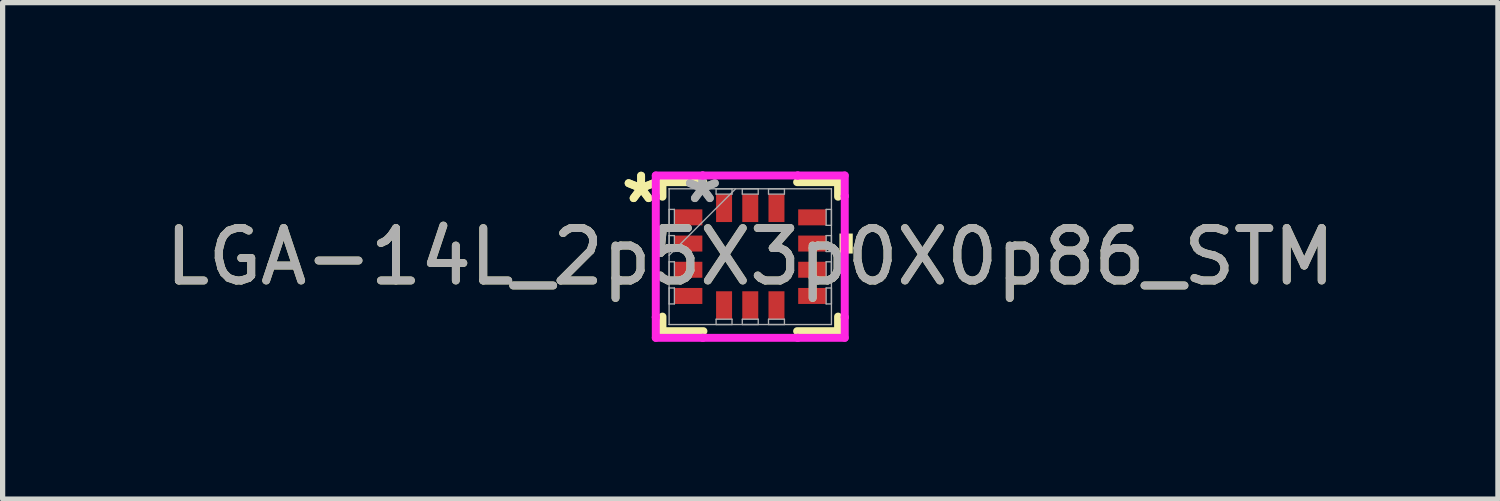
<source format=kicad_pcb>
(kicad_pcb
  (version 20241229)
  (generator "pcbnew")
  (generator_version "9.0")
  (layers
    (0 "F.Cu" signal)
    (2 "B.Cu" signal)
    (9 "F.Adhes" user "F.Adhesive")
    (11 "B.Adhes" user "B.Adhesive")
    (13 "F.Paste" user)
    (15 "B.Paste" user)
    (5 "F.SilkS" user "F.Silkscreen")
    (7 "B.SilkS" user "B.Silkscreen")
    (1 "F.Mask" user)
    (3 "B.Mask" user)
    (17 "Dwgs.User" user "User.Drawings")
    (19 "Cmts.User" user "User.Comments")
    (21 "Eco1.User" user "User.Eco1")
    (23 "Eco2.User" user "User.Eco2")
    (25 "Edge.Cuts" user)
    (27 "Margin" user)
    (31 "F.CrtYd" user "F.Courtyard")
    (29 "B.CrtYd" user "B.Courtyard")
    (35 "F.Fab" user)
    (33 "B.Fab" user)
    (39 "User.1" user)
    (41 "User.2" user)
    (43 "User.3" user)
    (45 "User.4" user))
  (footprint "LGA-14L_2p5X3p0X0p86_STM"
    (layer "F.Cu")
    (at 11.268 1.848)
    (property "Reference" "LGA-14L_2p5X3p0X0p86_STM" (at 0 0 0) (unlocked yes) (layer "F.SilkS") (effects (font (size 1 1) (thickness 0.15))))
    (attr smd)
    (fp_line (start -1.676 -1.422) (end -1.676 -1.144) (stroke (width 0.152) (type solid)) (layer "F.SilkS"))
    (fp_line (start -1.676 1.144) (end -1.676 1.422) (stroke (width 0.152) (type solid)) (layer "F.SilkS"))
    (fp_line (start -1.676 1.422) (end -0.894 1.422) (stroke (width 0.152) (type solid)) (layer "F.SilkS"))
    (fp_line (start -0.894 -1.422) (end -1.676 -1.422) (stroke (width 0.152) (type solid)) (layer "F.SilkS"))
    (fp_line (start 0.894 1.422) (end 1.676 1.422) (stroke (width 0.152) (type solid)) (layer "F.SilkS"))
    (fp_line (start 1.676 -1.422) (end 0.894 -1.422) (stroke (width 0.152) (type solid)) (layer "F.SilkS"))
    (fp_line (start 1.676 -1.144) (end 1.676 -1.422) (stroke (width 0.152) (type solid)) (layer "F.SilkS"))
    (fp_line (start 1.676 1.422) (end 1.676 1.144) (stroke (width 0.152) (type solid)) (layer "F.SilkS"))
    (fp_poly (pts (xy 1.956 -0.441) (xy 1.956 -0.059) (xy 1.702 -0.059) (xy 1.702 -0.441)) (stroke (width 0) (type solid)) (fill yes) (layer "F.SilkS"))
    (fp_line (start -1.803 -1.549) (end -0.906 -1.549) (stroke (width 0.152) (type solid)) (layer "F.CrtYd"))
    (fp_line (start -1.803 -1.156) (end -1.803 -1.549) (stroke (width 0.152) (type solid)) (layer "F.CrtYd"))
    (fp_line (start -1.803 -1.156) (end -1.803 -1.156) (stroke (width 0.152) (type solid)) (layer "F.CrtYd"))
    (fp_line (start -1.803 1.156) (end -1.803 -1.156) (stroke (width 0.152) (type solid)) (layer "F.CrtYd"))
    (fp_line (start -1.803 1.156) (end -1.803 1.156) (stroke (width 0.152) (type solid)) (layer "F.CrtYd"))
    (fp_line (start -1.803 1.549) (end -1.803 1.156) (stroke (width 0.152) (type solid)) (layer "F.CrtYd"))
    (fp_line (start -0.906 -1.549) (end -0.906 -1.549) (stroke (width 0.152) (type solid)) (layer "F.CrtYd"))
    (fp_line (start -0.906 -1.549) (end 0.906 -1.549) (stroke (width 0.152) (type solid)) (layer "F.CrtYd"))
    (fp_line (start -0.906 1.549) (end -1.803 1.549) (stroke (width 0.152) (type solid)) (layer "F.CrtYd"))
    (fp_line (start -0.906 1.549) (end -0.906 1.549) (stroke (width 0.152) (type solid)) (layer "F.CrtYd"))
    (fp_line (start 0.906 -1.549) (end 0.906 -1.549) (stroke (width 0.152) (type solid)) (layer "F.CrtYd"))
    (fp_line (start 0.906 -1.549) (end 1.803 -1.549) (stroke (width 0.152) (type solid)) (layer "F.CrtYd"))
    (fp_line (start 0.906 1.549) (end -0.906 1.549) (stroke (width 0.152) (type solid)) (layer "F.CrtYd"))
    (fp_line (start 0.906 1.549) (end 0.906 1.549) (stroke (width 0.152) (type solid)) (layer "F.CrtYd"))
    (fp_line (start 1.803 -1.549) (end 1.803 -1.156) (stroke (width 0.152) (type solid)) (layer "F.CrtYd"))
    (fp_line (start 1.803 -1.156) (end 1.803 -1.156) (stroke (width 0.152) (type solid)) (layer "F.CrtYd"))
    (fp_line (start 1.803 -1.156) (end 1.803 1.156) (stroke (width 0.152) (type solid)) (layer "F.CrtYd"))
    (fp_line (start 1.803 1.156) (end 1.803 1.156) (stroke (width 0.152) (type solid)) (layer "F.CrtYd"))
    (fp_line (start 1.803 1.156) (end 1.803 1.549) (stroke (width 0.152) (type solid)) (layer "F.CrtYd"))
    (fp_line (start 1.803 1.549) (end 0.906 1.549) (stroke (width 0.152) (type solid)) (layer "F.CrtYd"))
    (fp_line (start -1.549 -1.295) (end -1.549 -1.295) (stroke (width 0.025) (type solid)) (layer "F.Fab"))
    (fp_line (start -1.549 -1.295) (end -1.549 1.295) (stroke (width 0.025) (type solid)) (layer "F.Fab"))
    (fp_line (start -1.549 -0.902) (end -1.448 -0.902) (stroke (width 0.025) (type solid)) (layer "F.Fab"))
    (fp_line (start -1.549 -0.598) (end -1.549 -0.902) (stroke (width 0.025) (type solid)) (layer "F.Fab"))
    (fp_line (start -1.549 -0.402) (end -1.448 -0.402) (stroke (width 0.025) (type solid)) (layer "F.Fab"))
    (fp_line (start -1.549 -0.098) (end -1.549 -0.402) (stroke (width 0.025) (type solid)) (layer "F.Fab"))
    (fp_line (start -1.549 -0.025) (end -0.279 -1.295) (stroke (width 0.025) (type solid)) (layer "F.Fab"))
    (fp_line (start -1.549 0.098) (end -1.448 0.098) (stroke (width 0.025) (type solid)) (layer "F.Fab"))
    (fp_line (start -1.549 0.402) (end -1.549 0.098) (stroke (width 0.025) (type solid)) (layer "F.Fab"))
    (fp_line (start -1.549 0.598) (end -1.448 0.598) (stroke (width 0.025) (type solid)) (layer "F.Fab"))
    (fp_line (start -1.549 0.902) (end -1.549 0.598) (stroke (width 0.025) (type solid)) (layer "F.Fab"))
    (fp_line (start -1.549 1.295) (end -1.549 1.295) (stroke (width 0.025) (type solid)) (layer "F.Fab"))
    (fp_line (start -1.549 1.295) (end 1.549 1.295) (stroke (width 0.025) (type solid)) (layer "F.Fab"))
    (fp_line (start -1.448 -0.902) (end -1.448 -0.598) (stroke (width 0.025) (type solid)) (layer "F.Fab"))
    (fp_line (start -1.448 -0.598) (end -1.549 -0.598) (stroke (width 0.025) (type solid)) (layer "F.Fab"))
    (fp_line (start -1.448 -0.402) (end -1.448 -0.098) (stroke (width 0.025) (type solid)) (layer "F.Fab"))
    (fp_line (start -1.448 -0.098) (end -1.549 -0.098) (stroke (width 0.025) (type solid)) (layer "F.Fab"))
    (fp_line (start -1.448 0.098) (end -1.448 0.402) (stroke (width 0.025) (type solid)) (layer "F.Fab"))
    (fp_line (start -1.448 0.402) (end -1.549 0.402) (stroke (width 0.025) (type solid)) (layer "F.Fab"))
    (fp_line (start -1.448 0.598) (end -1.448 0.902) (stroke (width 0.025) (type solid)) (layer "F.Fab"))
    (fp_line (start -1.448 0.902) (end -1.549 0.902) (stroke (width 0.025) (type solid)) (layer "F.Fab"))
    (fp_line (start -0.652 -1.295) (end -0.348 -1.295) (stroke (width 0.025) (type solid)) (layer "F.Fab"))
    (fp_line (start -0.652 -1.194) (end -0.652 -1.295) (stroke (width 0.025) (type solid)) (layer "F.Fab"))
    (fp_line (start -0.652 1.194) (end -0.348 1.194) (stroke (width 0.025) (type solid)) (layer "F.Fab"))
    (fp_line (start -0.652 1.295) (end -0.652 1.194) (stroke (width 0.025) (type solid)) (layer "F.Fab"))
    (fp_line (start -0.348 -1.295) (end -0.348 -1.194) (stroke (width 0.025) (type solid)) (layer "F.Fab"))
    (fp_line (start -0.348 -1.194) (end -0.652 -1.194) (stroke (width 0.025) (type solid)) (layer "F.Fab"))
    (fp_line (start -0.348 1.194) (end -0.348 1.295) (stroke (width 0.025) (type solid)) (layer "F.Fab"))
    (fp_line (start -0.348 1.295) (end -0.652 1.295) (stroke (width 0.025) (type solid)) (layer "F.Fab"))
    (fp_line (start -0.152 -1.295) (end 0.152 -1.295) (stroke (width 0.025) (type solid)) (layer "F.Fab"))
    (fp_line (start -0.152 -1.194) (end -0.152 -1.295) (stroke (width 0.025) (type solid)) (layer "F.Fab"))
    (fp_line (start -0.152 1.194) (end 0.152 1.194) (stroke (width 0.025) (type solid)) (layer "F.Fab"))
    (fp_line (start -0.152 1.295) (end -0.152 1.194) (stroke (width 0.025) (type solid)) (layer "F.Fab"))
    (fp_line (start 0.152 -1.295) (end 0.152 -1.194) (stroke (width 0.025) (type solid)) (layer "F.Fab"))
    (fp_line (start 0.152 -1.194) (end -0.152 -1.194) (stroke (width 0.025) (type solid)) (layer "F.Fab"))
    (fp_line (start 0.152 1.194) (end 0.152 1.295) (stroke (width 0.025) (type solid)) (layer "F.Fab"))
    (fp_line (start 0.152 1.295) (end -0.152 1.295) (stroke (width 0.025) (type solid)) (layer "F.Fab"))
    (fp_line (start 0.348 -1.295) (end 0.652 -1.295) (stroke (width 0.025) (type solid)) (layer "F.Fab"))
    (fp_line (start 0.348 -1.194) (end 0.348 -1.295) (stroke (width 0.025) (type solid)) (layer "F.Fab"))
    (fp_line (start 0.348 1.194) (end 0.652 1.194) (stroke (width 0.025) (type solid)) (layer "F.Fab"))
    (fp_line (start 0.348 1.295) (end 0.348 1.194) (stroke (width 0.025) (type solid)) (layer "F.Fab"))
    (fp_line (start 0.652 -1.295) (end 0.652 -1.194) (stroke (width 0.025) (type solid)) (layer "F.Fab"))
    (fp_line (start 0.652 -1.194) (end 0.348 -1.194) (stroke (width 0.025) (type solid)) (layer "F.Fab"))
    (fp_line (start 0.652 1.194) (end 0.652 1.295) (stroke (width 0.025) (type solid)) (layer "F.Fab"))
    (fp_line (start 0.652 1.295) (end 0.348 1.295) (stroke (width 0.025) (type solid)) (layer "F.Fab"))
    (fp_line (start 1.448 -0.902) (end 1.549 -0.902) (stroke (width 0.025) (type solid)) (layer "F.Fab"))
    (fp_line (start 1.448 -0.598) (end 1.448 -0.902) (stroke (width 0.025) (type solid)) (layer "F.Fab"))
    (fp_line (start 1.448 -0.402) (end 1.549 -0.402) (stroke (width 0.025) (type solid)) (layer "F.Fab"))
    (fp_line (start 1.448 -0.098) (end 1.448 -0.402) (stroke (width 0.025) (type solid)) (layer "F.Fab"))
    (fp_line (start 1.448 0.098) (end 1.549 0.098) (stroke (width 0.025) (type solid)) (layer "F.Fab"))
    (fp_line (start 1.448 0.402) (end 1.448 0.098) (stroke (width 0.025) (type solid)) (layer "F.Fab"))
    (fp_line (start 1.448 0.598) (end 1.549 0.598) (stroke (width 0.025) (type solid)) (layer "F.Fab"))
    (fp_line (start 1.448 0.902) (end 1.448 0.598) (stroke (width 0.025) (type solid)) (layer "F.Fab"))
    (fp_line (start 1.549 -1.295) (end -1.549 -1.295) (stroke (width 0.025) (type solid)) (layer "F.Fab"))
    (fp_line (start 1.549 -1.295) (end 1.549 -1.295) (stroke (width 0.025) (type solid)) (layer "F.Fab"))
    (fp_line (start 1.549 -0.902) (end 1.549 -0.598) (stroke (width 0.025) (type solid)) (layer "F.Fab"))
    (fp_line (start 1.549 -0.598) (end 1.448 -0.598) (stroke (width 0.025) (type solid)) (layer "F.Fab"))
    (fp_line (start 1.549 -0.402) (end 1.549 -0.098) (stroke (width 0.025) (type solid)) (layer "F.Fab"))
    (fp_line (start 1.549 -0.098) (end 1.448 -0.098) (stroke (width 0.025) (type solid)) (layer "F.Fab"))
    (fp_line (start 1.549 0.098) (end 1.549 0.402) (stroke (width 0.025) (type solid)) (layer "F.Fab"))
    (fp_line (start 1.549 0.402) (end 1.448 0.402) (stroke (width 0.025) (type solid)) (layer "F.Fab"))
    (fp_line (start 1.549 0.598) (end 1.549 0.902) (stroke (width 0.025) (type solid)) (layer "F.Fab"))
    (fp_line (start 1.549 0.902) (end 1.448 0.902) (stroke (width 0.025) (type solid)) (layer "F.Fab"))
    (fp_line (start 1.549 1.295) (end 1.549 -1.295) (stroke (width 0.025) (type solid)) (layer "F.Fab"))
    (fp_line (start 1.549 1.295) (end 1.549 1.295) (stroke (width 0.025) (type solid)) (layer "F.Fab"))
    (fp_text user "*" (at -2.083 -1 0) (layer "F.SilkS") (effects (font (size 1 1) (thickness 0.15))))
    (fp_text user "*" (at -2.083 -1 0) (unlocked yes) (layer "F.SilkS") (effects (font (size 1 1) (thickness 0.15))))
    (fp_text user "${REFERENCE}" (at 0 0 0) (unlocked yes) (layer "F.Fab") (effects (font (size 1 1) (thickness 0.15))))
    (fp_text user "*" (at -0.914 -1 0) (layer "F.Fab") (effects (font (size 1 1) (thickness 0.15))))
    (fp_text user "*" (at -0.914 -1 0) (unlocked yes) (layer "F.Fab") (effects (font (size 1 1) (thickness 0.15))))
    (pad "1" smd rect (at -1.181 -0.75 90) (size 0.305 0.533) (layers "F.Cu" "F.Mask" "F.Paste"))
    (pad "2" smd rect (at -1.181 -0.25 90) (size 0.305 0.533) (layers "F.Cu" "F.Mask" "F.Paste"))
    (pad "3" smd rect (at -1.181 0.25 90) (size 0.305 0.533) (layers "F.Cu" "F.Mask" "F.Paste"))
    (pad "4" smd rect (at -1.181 0.75 90) (size 0.305 0.533) (layers "F.Cu" "F.Mask" "F.Paste"))
    (pad "5" smd rect (at -0.5 0.927) (size 0.305 0.533) (layers "F.Cu" "F.Mask" "F.Paste"))
    (pad "6" smd rect (at 0 0.927) (size 0.305 0.533) (layers "F.Cu" "F.Mask" "F.Paste"))
    (pad "7" smd rect (at 0.5 0.927) (size 0.305 0.533) (layers "F.Cu" "F.Mask" "F.Paste"))
    (pad "8" smd rect (at 1.181 0.75 90) (size 0.305 0.533) (layers "F.Cu" "F.Mask" "F.Paste"))
    (pad "9" smd rect (at 1.181 0.25 90) (size 0.305 0.533) (layers "F.Cu" "F.Mask" "F.Paste"))
    (pad "10" smd rect (at 1.181 -0.25 90) (size 0.305 0.533) (layers "F.Cu" "F.Mask" "F.Paste"))
    (pad "11" smd rect (at 1.181 -0.75 90) (size 0.305 0.533) (layers "F.Cu" "F.Mask" "F.Paste"))
    (pad "12" smd rect (at 0.5 -0.927) (size 0.305 0.533) (layers "F.Cu" "F.Mask" "F.Paste"))
    (pad "13" smd rect (at 0 -0.927) (size 0.305 0.533) (layers "F.Cu" "F.Mask" "F.Paste"))
    (pad "14" smd rect (at -0.5 -0.927) (size 0.305 0.533) (layers "F.Cu" "F.Mask" "F.Paste")))
  (gr_rect
    (start -3 -3)
    (end 25.536 6.474)
    (stroke (width 0.1) (type default))
    (fill no)
    (layer "Edge.Cuts")))
</source>
